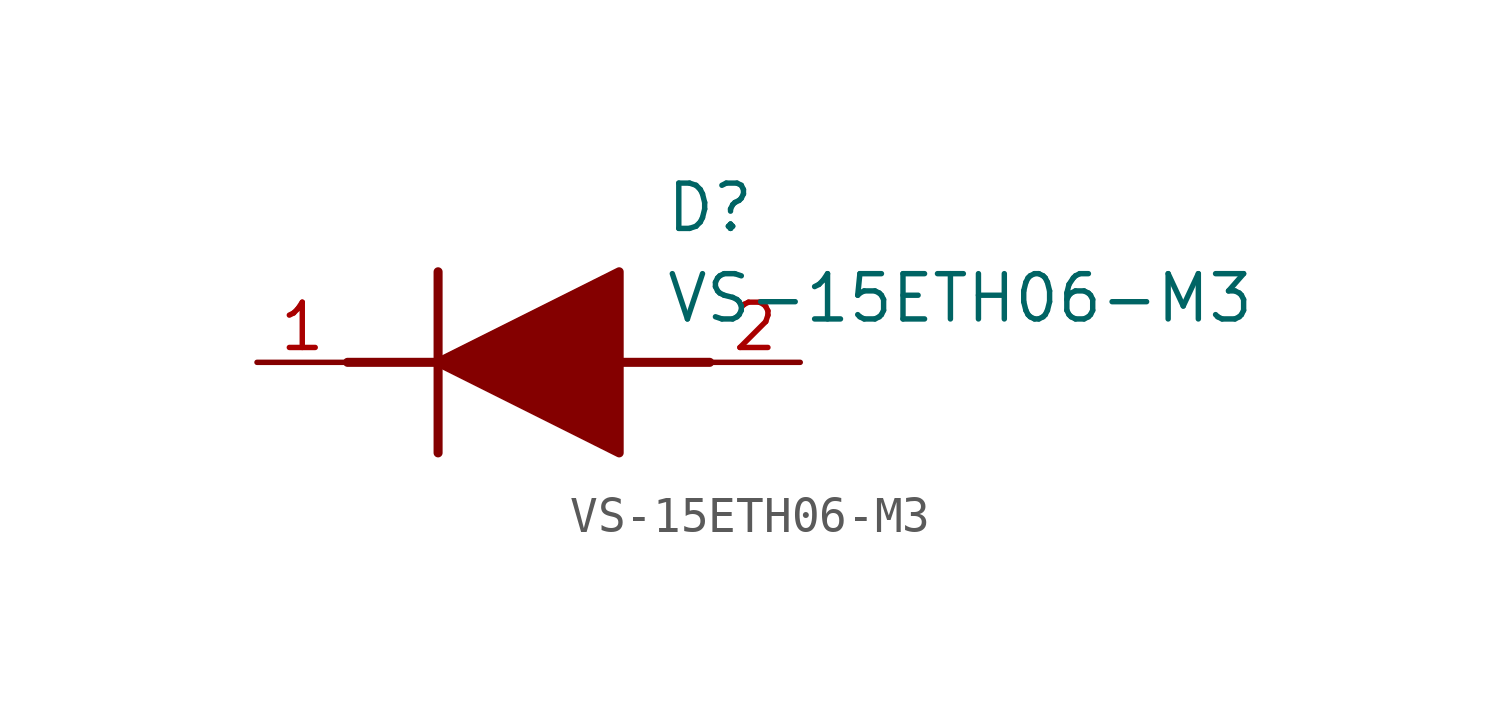
<source format=kicad_sym>
(kicad_symbol_lib
  (version 20211014)
  (generator SamacSys_ECAD_Model)
  (symbol "VS-15ETH06-M3"
    (pin_names hide)
    (property "Reference" "D"
      (at 11.43 5.08 0)
      (effects (font (size 1.27 1.27)) (justify left top)))
    (property "Value" "VS-15ETH06-M3"
      (at 11.43 2.54 0)
      (effects (font (size 1.27 1.27)) (justify left top)))
    (polyline
      (pts (xy 5.08 2.54) (xy 5.08 -2.54))
      (stroke (width 0.254) (type default))
      (fill (type none)))
    (polyline
      (pts (xy 2.54 0) (xy 5.08 0))
      (stroke (width 0.254) (type default))
      (fill (type none)))
    (polyline
      (pts (xy 10.16 0) (xy 12.7 0))
      (stroke (width 0.254) (type default))
      (fill (type none)))
    (polyline
      (pts (xy 5.08 0) (xy 10.16 2.54) (xy 10.16 -2.54) (xy 5.08 0))
      (stroke (width 0.254) (type default))
      (fill (type outline)))
    (pin passive line
      (at 0 0 0)
      (length 2.54)
      (name "K" (effects (font (size 1.27 1.27))))
      (number "1" (effects (font (size 1.27 1.27)))))
    (pin passive line
      (at 15.24 0 180)
      (length 2.54)
      (name "A" (effects (font (size 1.27 1.27))))
      (number "2" (effects (font (size 1.27 1.27)))))))
</source>
